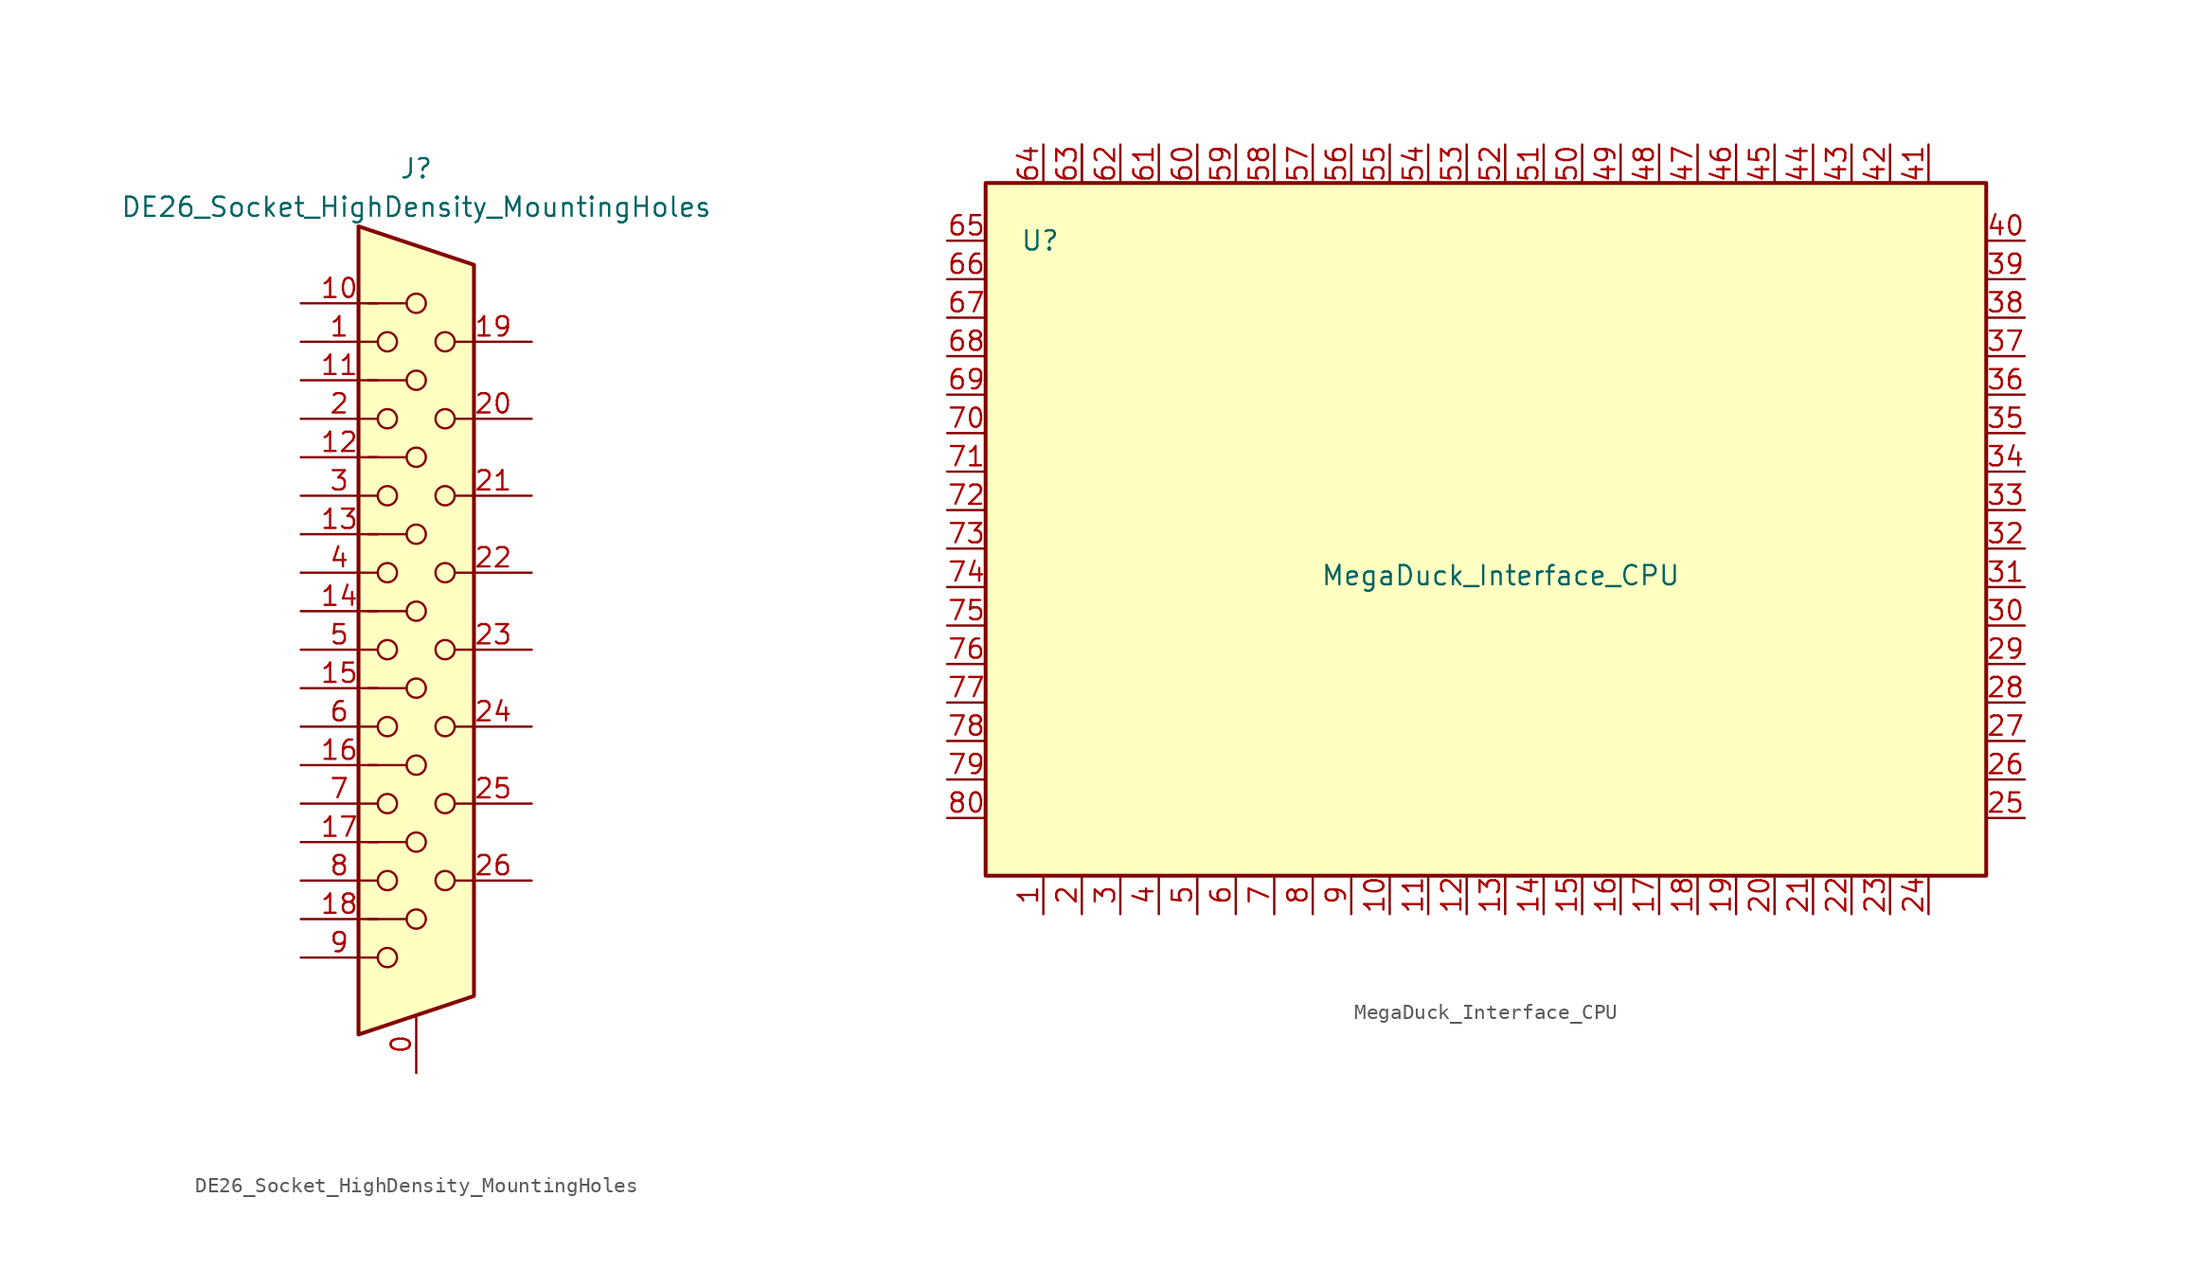
<source format=kicad_sym>
(kicad_symbol_lib
  (version 20241209)
  (generator "kicad_symbol_editor")
  (generator_version "9.0")
  (symbol "DE26_Socket_HighDensity_MountingHoles"
    (pin_names
      (offset 1.016)
      (hide yes))
    (property "Reference" "J"
      (at 0 29.21 0)
      (effects (font (size 1.27 1.27))))
    (property "Value" "DE26_Socket_HighDensity_MountingHoles"
      (at 0 26.67 0)
      (effects (font (size 1.27 1.27))))
    (symbol "DE26_Socket_HighDensity_MountingHoles_0_1"
      (polyline (pts (xy -3.81 25.4) (xy -3.81 -27.94) (xy 3.81 -25.4) (xy 3.81 22.86) (xy -3.81 25.4)) (stroke (width 0.254) (type default)) (fill (type background)))
      (polyline (pts (xy -3.175 15.24) (xy -0.635 15.24)) (stroke (width 0) (type default)) (fill (type none)))
      (polyline (pts (xy -3.175 -10.16) (xy -0.635 -10.16)) (stroke (width 0) (type default)) (fill (type none)))
      (circle (center -1.905 17.78) (radius 0.635) (stroke (width 0) (type default)) (fill (type none)))
      (circle (center -1.905 12.7) (radius 0.635) (stroke (width 0) (type default)) (fill (type none)))
      (circle (center -1.905 7.62) (radius 0.635) (stroke (width 0) (type default)) (fill (type none)))
      (circle (center -1.905 2.54) (radius 0.635) (stroke (width 0) (type default)) (fill (type none)))
      (circle (center -1.905 -2.54) (radius 0.635) (stroke (width 0) (type default)) (fill (type none)))
      (circle (center -1.905 -7.62) (radius 0.635) (stroke (width 0) (type default)) (fill (type none)))
      (circle (center -1.905 -12.7) (radius 0.635) (stroke (width 0) (type default)) (fill (type none)))
      (circle (center -1.905 -17.78) (radius 0.635) (stroke (width 0) (type default)) (fill (type none)))
      (circle (center -1.905 -22.86) (radius 0.635) (stroke (width 0) (type default)) (fill (type none)))
      (polyline (pts (xy -0.635 20.32) (xy -3.175 20.32)) (stroke (width 0) (type default)) (fill (type none)))
      (polyline (pts (xy -0.635 10.16) (xy -3.175 10.16)) (stroke (width 0) (type default)) (fill (type none)))
      (polyline (pts (xy -0.635 5.08) (xy -3.175 5.08)) (stroke (width 0) (type default)) (fill (type none)))
      (polyline (pts (xy -0.635 0) (xy -3.175 0)) (stroke (width 0) (type default)) (fill (type none)))
      (polyline (pts (xy -0.635 -5.08) (xy -3.175 -5.08)) (stroke (width 0) (type default)) (fill (type none)))
      (polyline (pts (xy -0.635 -15.24) (xy -3.175 -15.24)) (stroke (width 0) (type default)) (fill (type none)))
      (polyline (pts (xy -0.635 -20.32) (xy -3.175 -20.32)) (stroke (width 0) (type default)) (fill (type none)))
      (circle (center 0 20.32) (radius 0.635) (stroke (width 0) (type default)) (fill (type none)))
      (circle (center 0 15.24) (radius 0.635) (stroke (width 0) (type default)) (fill (type none)))
      (circle (center 0 10.16) (radius 0.635) (stroke (width 0) (type default)) (fill (type none)))
      (circle (center 0 5.08) (radius 0.635) (stroke (width 0) (type default)) (fill (type none)))
      (circle (center 0 0) (radius 0.635) (stroke (width 0) (type default)) (fill (type none)))
      (circle (center 0 -5.08) (radius 0.635) (stroke (width 0) (type default)) (fill (type none)))
      (circle (center 0 -10.16) (radius 0.635) (stroke (width 0) (type default)) (fill (type none)))
      (circle (center 0 -15.24) (radius 0.635) (stroke (width 0) (type default)) (fill (type none)))
      (circle (center 0 -20.32) (radius 0.635) (stroke (width 0) (type default)) (fill (type none)))
      (circle (center 1.905 17.78) (radius 0.635) (stroke (width 0) (type default)) (fill (type none)))
      (circle (center 1.905 12.7) (radius 0.635) (stroke (width 0) (type default)) (fill (type none)))
      (circle (center 1.905 7.62) (radius 0.635) (stroke (width 0) (type default)) (fill (type none)))
      (circle (center 1.905 2.54) (radius 0.635) (stroke (width 0) (type default)) (fill (type none)))
      (circle (center 1.905 -2.54) (radius 0.635) (stroke (width 0) (type default)) (fill (type none)))
      (circle (center 1.905 -7.62) (radius 0.635) (stroke (width 0) (type default)) (fill (type none)))
      (circle (center 1.905 -12.7) (radius 0.635) (stroke (width 0) (type default)) (fill (type none)))
      (circle (center 1.905 -17.78) (radius 0.635) (stroke (width 0) (type default)) (fill (type none))))
    (symbol "DE26_Socket_HighDensity_MountingHoles_1_1"
      (pin passive line (at -7.62 20.32 0) (length 5.08) (name "~" (effects (font (size 1.27 1.27)))) (number "10" (effects (font (size 1.27 1.27)))))
      (pin passive line (at -7.62 17.78 0) (length 5.08) (name "~" (effects (font (size 1.27 1.27)))) (number "1" (effects (font (size 1.27 1.27)))))
      (pin passive line (at -7.62 15.24 0) (length 5.08) (name "~" (effects (font (size 1.27 1.27)))) (number "11" (effects (font (size 1.27 1.27)))))
      (pin passive line (at -7.62 12.7 0) (length 5.08) (name "~" (effects (font (size 1.27 1.27)))) (number "2" (effects (font (size 1.27 1.27)))))
      (pin passive line (at -7.62 10.16 0) (length 5.08) (name "~" (effects (font (size 1.27 1.27)))) (number "12" (effects (font (size 1.27 1.27)))))
      (pin passive line (at -7.62 7.62 0) (length 5.08) (name "~" (effects (font (size 1.27 1.27)))) (number "3" (effects (font (size 1.27 1.27)))))
      (pin passive line (at -7.62 5.08 0) (length 5.08) (name "~" (effects (font (size 1.27 1.27)))) (number "13" (effects (font (size 1.27 1.27)))))
      (pin passive line (at -7.62 2.54 0) (length 5.08) (name "~" (effects (font (size 1.27 1.27)))) (number "4" (effects (font (size 1.27 1.27)))))
      (pin passive line (at -7.62 0 0) (length 5.08) (name "~" (effects (font (size 1.27 1.27)))) (number "14" (effects (font (size 1.27 1.27)))))
      (pin passive line (at -7.62 -2.54 0) (length 5.08) (name "~" (effects (font (size 1.27 1.27)))) (number "5" (effects (font (size 1.27 1.27)))))
      (pin passive line (at -7.62 -5.08 0) (length 5.08) (name "~" (effects (font (size 1.27 1.27)))) (number "15" (effects (font (size 1.27 1.27)))))
      (pin passive line (at -7.62 -7.62 0) (length 5.08) (name "~" (effects (font (size 1.27 1.27)))) (number "6" (effects (font (size 1.27 1.27)))))
      (pin passive line (at -7.62 -10.16 0) (length 5.08) (name "~" (effects (font (size 1.27 1.27)))) (number "16" (effects (font (size 1.27 1.27)))))
      (pin passive line (at -7.62 -12.7 0) (length 5.08) (name "~" (effects (font (size 1.27 1.27)))) (number "7" (effects (font (size 1.27 1.27)))))
      (pin passive line (at -7.62 -15.24 0) (length 5.08) (name "~" (effects (font (size 1.27 1.27)))) (number "17" (effects (font (size 1.27 1.27)))))
      (pin passive line (at -7.62 -17.78 0) (length 5.08) (name "~" (effects (font (size 1.27 1.27)))) (number "8" (effects (font (size 1.27 1.27)))))
      (pin passive line (at -7.62 -20.32 0) (length 5.08) (name "~" (effects (font (size 1.27 1.27)))) (number "18" (effects (font (size 1.27 1.27)))))
      (pin passive line (at -7.62 -22.86 0) (length 5.08) (name "~" (effects (font (size 1.27 1.27)))) (number "9" (effects (font (size 1.27 1.27)))))
      (pin passive line (at 0 -30.48 90) (length 3.81) (name "~" (effects (font (size 1.27 1.27)))) (number "0" (effects (font (size 1.27 1.27)))))
      (pin passive line (at 7.62 17.78 180) (length 5.08) (name "~" (effects (font (size 1.27 1.27)))) (number "19" (effects (font (size 1.27 1.27)))))
      (pin passive line (at 7.62 12.7 180) (length 5.08) (name "~" (effects (font (size 1.27 1.27)))) (number "20" (effects (font (size 1.27 1.27)))))
      (pin passive line (at 7.62 7.62 180) (length 5.08) (name "~" (effects (font (size 1.27 1.27)))) (number "21" (effects (font (size 1.27 1.27)))))
      (pin passive line (at 7.62 2.54 180) (length 5.08) (name "~" (effects (font (size 1.27 1.27)))) (number "22" (effects (font (size 1.27 1.27)))))
      (pin passive line (at 7.62 -2.54 180) (length 5.08) (name "~" (effects (font (size 1.27 1.27)))) (number "23" (effects (font (size 1.27 1.27)))))
      (pin passive line (at 7.62 -7.62 180) (length 5.08) (name "~" (effects (font (size 1.27 1.27)))) (number "24" (effects (font (size 1.27 1.27)))))
      (pin passive line (at 7.62 -12.7 180) (length 5.08) (name "~" (effects (font (size 1.27 1.27)))) (number "25" (effects (font (size 1.27 1.27)))))
      (pin passive line (at 7.62 -17.78 180) (length 5.08) (name "~" (effects (font (size 1.27 1.27)))) (number "26" (effects (font (size 1.27 1.27)))))))
  (symbol "MegaDuck_Interface_CPU"
    (property "Reference" "U"
      (at -29.464 20.32 0)
      (effects (font (size 1.27 1.27)) (justify left)))
    (property "Value" "MegaDuck_Interface_CPU"
      (at -9.652 -1.778 0)
      (effects (font (size 1.27 1.27)) (justify left)))
    (symbol "MegaDuck_Interface_CPU_0_1"
      (rectangle (start -31.75 24.13) (end 34.29 -21.59) (stroke (width 0.254) (type default)) (fill (type background))))
    (symbol "MegaDuck_Interface_CPU_1_0"
      (pin bidirectional line (at -25.4 26.67 270) (length 2.54) (name "" (effects (font (size 1.27 1.27)))) (number "" (effects (font (size 1.27 1.27))))))
    (symbol "MegaDuck_Interface_CPU_1_1"
      (pin bidirectional line (at -34.29 20.32 0) (length 2.54) (name "~" (effects (font (size 1.27 1.27)))) (number "65" (effects (font (size 1.27 1.27)))))
      (pin bidirectional line (at -34.29 17.78 0) (length 2.54) (name "~" (effects (font (size 1.27 1.27)))) (number "66" (effects (font (size 1.27 1.27)))))
      (pin bidirectional line (at -34.29 15.24 0) (length 2.54) (name "~" (effects (font (size 1.27 1.27)))) (number "67" (effects (font (size 1.27 1.27)))))
      (pin bidirectional line (at -34.29 12.7 0) (length 2.54) (name "~" (effects (font (size 1.27 1.27)))) (number "68" (effects (font (size 1.27 1.27)))))
      (pin bidirectional line (at -34.29 10.16 0) (length 2.54) (name "~" (effects (font (size 1.27 1.27)))) (number "69" (effects (font (size 1.27 1.27)))))
      (pin bidirectional line (at -34.29 7.62 0) (length 2.54) (name "~" (effects (font (size 1.27 1.27)))) (number "70" (effects (font (size 1.27 1.27)))))
      (pin bidirectional line (at -34.29 5.08 0) (length 2.54) (name "~" (effects (font (size 1.27 1.27)))) (number "71" (effects (font (size 1.27 1.27)))))
      (pin bidirectional line (at -34.29 2.54 0) (length 2.54) (name "~" (effects (font (size 1.27 1.27)))) (number "72" (effects (font (size 1.27 1.27)))))
      (pin bidirectional line (at -34.29 0 0) (length 2.54) (name "~" (effects (font (size 1.27 1.27)))) (number "73" (effects (font (size 1.27 1.27)))))
      (pin bidirectional line (at -34.29 -2.54 0) (length 2.54) (name "~" (effects (font (size 1.27 1.27)))) (number "74" (effects (font (size 1.27 1.27)))))
      (pin bidirectional line (at -34.29 -5.08 0) (length 2.54) (name "~" (effects (font (size 1.27 1.27)))) (number "75" (effects (font (size 1.27 1.27)))))
      (pin bidirectional line (at -34.29 -7.62 0) (length 2.54) (name "~" (effects (font (size 1.27 1.27)))) (number "76" (effects (font (size 1.27 1.27)))))
      (pin bidirectional line (at -34.29 -10.16 0) (length 2.54) (name "~" (effects (font (size 1.27 1.27)))) (number "77" (effects (font (size 1.27 1.27)))))
      (pin bidirectional line (at -34.29 -12.7 0) (length 2.54) (name "~" (effects (font (size 1.27 1.27)))) (number "78" (effects (font (size 1.27 1.27)))))
      (pin bidirectional line (at -34.29 -15.24 0) (length 2.54) (name "~" (effects (font (size 1.27 1.27)))) (number "79" (effects (font (size 1.27 1.27)))))
      (pin bidirectional line (at -34.29 -17.78 0) (length 2.54) (name "~" (effects (font (size 1.27 1.27)))) (number "80" (effects (font (size 1.27 1.27)))))
      (pin bidirectional line (at -27.94 26.67 270) (length 2.54) (name "~" (effects (font (size 1.27 1.27)))) (number "64" (effects (font (size 1.27 1.27)))))
      (pin bidirectional line (at -27.94 -24.13 90) (length 2.54) (name "~" (effects (font (size 1.27 1.27)))) (number "1" (effects (font (size 1.27 1.27)))))
      (pin bidirectional line (at -25.4 26.67 270) (length 2.54) (name "~" (effects (font (size 1.27 1.27)))) (number "63" (effects (font (size 1.27 1.27)))))
      (pin bidirectional line (at -25.4 -24.13 90) (length 2.54) (name "~" (effects (font (size 1.27 1.27)))) (number "2" (effects (font (size 1.27 1.27)))))
      (pin bidirectional line (at -22.86 26.67 270) (length 2.54) (name "~" (effects (font (size 1.27 1.27)))) (number "62" (effects (font (size 1.27 1.27)))))
      (pin bidirectional line (at -22.86 -24.13 90) (length 2.54) (name "~" (effects (font (size 1.27 1.27)))) (number "3" (effects (font (size 1.27 1.27)))))
      (pin bidirectional line (at -20.32 26.67 270) (length 2.54) (name "~" (effects (font (size 1.27 1.27)))) (number "61" (effects (font (size 1.27 1.27)))))
      (pin bidirectional line (at -20.32 -24.13 90) (length 2.54) (name "~" (effects (font (size 1.27 1.27)))) (number "4" (effects (font (size 1.27 1.27)))))
      (pin bidirectional line (at -17.78 26.67 270) (length 2.54) (name "~" (effects (font (size 1.27 1.27)))) (number "60" (effects (font (size 1.27 1.27)))))
      (pin bidirectional line (at -17.78 -24.13 90) (length 2.54) (name "~" (effects (font (size 1.27 1.27)))) (number "5" (effects (font (size 1.27 1.27)))))
      (pin bidirectional line (at -15.24 26.67 270) (length 2.54) (name "~" (effects (font (size 1.27 1.27)))) (number "59" (effects (font (size 1.27 1.27)))))
      (pin bidirectional line (at -15.24 -24.13 90) (length 2.54) (name "~" (effects (font (size 1.27 1.27)))) (number "6" (effects (font (size 1.27 1.27)))))
      (pin bidirectional line (at -12.7 26.67 270) (length 2.54) (name "~" (effects (font (size 1.27 1.27)))) (number "58" (effects (font (size 1.27 1.27)))))
      (pin bidirectional line (at -12.7 -24.13 90) (length 2.54) (name "~" (effects (font (size 1.27 1.27)))) (number "7" (effects (font (size 1.27 1.27)))))
      (pin bidirectional line (at -10.16 26.67 270) (length 2.54) (name "~" (effects (font (size 1.27 1.27)))) (number "57" (effects (font (size 1.27 1.27)))))
      (pin bidirectional line (at -10.16 -24.13 90) (length 2.54) (name "~" (effects (font (size 1.27 1.27)))) (number "8" (effects (font (size 1.27 1.27)))))
      (pin bidirectional line (at -7.62 26.67 270) (length 2.54) (name "~" (effects (font (size 1.27 1.27)))) (number "56" (effects (font (size 1.27 1.27)))))
      (pin bidirectional line (at -7.62 -24.13 90) (length 2.54) (name "~" (effects (font (size 1.27 1.27)))) (number "9" (effects (font (size 1.27 1.27)))))
      (pin bidirectional line (at -5.08 26.67 270) (length 2.54) (name "~" (effects (font (size 1.27 1.27)))) (number "55" (effects (font (size 1.27 1.27)))))
      (pin bidirectional line (at -5.08 -24.13 90) (length 2.54) (name "~" (effects (font (size 1.27 1.27)))) (number "10" (effects (font (size 1.27 1.27)))))
      (pin bidirectional line (at -2.54 26.67 270) (length 2.54) (name "~" (effects (font (size 1.27 1.27)))) (number "54" (effects (font (size 1.27 1.27)))))
      (pin bidirectional line (at -2.54 -24.13 90) (length 2.54) (name "~" (effects (font (size 1.27 1.27)))) (number "11" (effects (font (size 1.27 1.27)))))
      (pin bidirectional line (at 0 26.67 270) (length 2.54) (name "~" (effects (font (size 1.27 1.27)))) (number "53" (effects (font (size 1.27 1.27)))))
      (pin bidirectional line (at 0 -24.13 90) (length 2.54) (name "~" (effects (font (size 1.27 1.27)))) (number "12" (effects (font (size 1.27 1.27)))))
      (pin bidirectional line (at 2.54 26.67 270) (length 2.54) (name "~" (effects (font (size 1.27 1.27)))) (number "52" (effects (font (size 1.27 1.27)))))
      (pin bidirectional line (at 2.54 -24.13 90) (length 2.54) (name "~" (effects (font (size 1.27 1.27)))) (number "13" (effects (font (size 1.27 1.27)))))
      (pin bidirectional line (at 5.08 26.67 270) (length 2.54) (name "~" (effects (font (size 1.27 1.27)))) (number "51" (effects (font (size 1.27 1.27)))))
      (pin bidirectional line (at 5.08 -24.13 90) (length 2.54) (name "~" (effects (font (size 1.27 1.27)))) (number "14" (effects (font (size 1.27 1.27)))))
      (pin bidirectional line (at 7.62 26.67 270) (length 2.54) (name "~" (effects (font (size 1.27 1.27)))) (number "50" (effects (font (size 1.27 1.27)))))
      (pin bidirectional line (at 7.62 -24.13 90) (length 2.54) (name "~" (effects (font (size 1.27 1.27)))) (number "15" (effects (font (size 1.27 1.27)))))
      (pin bidirectional line (at 10.16 26.67 270) (length 2.54) (name "~" (effects (font (size 1.27 1.27)))) (number "49" (effects (font (size 1.27 1.27)))))
      (pin bidirectional line (at 10.16 -24.13 90) (length 2.54) (name "~" (effects (font (size 1.27 1.27)))) (number "16" (effects (font (size 1.27 1.27)))))
      (pin bidirectional line (at 12.7 26.67 270) (length 2.54) (name "~" (effects (font (size 1.27 1.27)))) (number "48" (effects (font (size 1.27 1.27)))))
      (pin bidirectional line (at 12.7 -24.13 90) (length 2.54) (name "~" (effects (font (size 1.27 1.27)))) (number "17" (effects (font (size 1.27 1.27)))))
      (pin bidirectional line (at 15.24 26.67 270) (length 2.54) (name "~" (effects (font (size 1.27 1.27)))) (number "47" (effects (font (size 1.27 1.27)))))
      (pin bidirectional line (at 15.24 -24.13 90) (length 2.54) (name "~" (effects (font (size 1.27 1.27)))) (number "18" (effects (font (size 1.27 1.27)))))
      (pin bidirectional line (at 17.78 26.67 270) (length 2.54) (name "~" (effects (font (size 1.27 1.27)))) (number "46" (effects (font (size 1.27 1.27)))))
      (pin bidirectional line (at 17.78 -24.13 90) (length 2.54) (name "~" (effects (font (size 1.27 1.27)))) (number "19" (effects (font (size 1.27 1.27)))))
      (pin bidirectional line (at 20.32 26.67 270) (length 2.54) (name "~" (effects (font (size 1.27 1.27)))) (number "45" (effects (font (size 1.27 1.27)))))
      (pin bidirectional line (at 20.32 -24.13 90) (length 2.54) (name "~" (effects (font (size 1.27 1.27)))) (number "20" (effects (font (size 1.27 1.27)))))
      (pin bidirectional line (at 22.86 26.67 270) (length 2.54) (name "~" (effects (font (size 1.27 1.27)))) (number "44" (effects (font (size 1.27 1.27)))))
      (pin bidirectional line (at 22.86 -24.13 90) (length 2.54) (name "~" (effects (font (size 1.27 1.27)))) (number "21" (effects (font (size 1.27 1.27)))))
      (pin bidirectional line (at 25.4 26.67 270) (length 2.54) (name "~" (effects (font (size 1.27 1.27)))) (number "43" (effects (font (size 1.27 1.27)))))
      (pin bidirectional line (at 25.4 -24.13 90) (length 2.54) (name "~" (effects (font (size 1.27 1.27)))) (number "22" (effects (font (size 1.27 1.27)))))
      (pin bidirectional line (at 27.94 26.67 270) (length 2.54) (name "~" (effects (font (size 1.27 1.27)))) (number "42" (effects (font (size 1.27 1.27)))))
      (pin bidirectional line (at 27.94 -24.13 90) (length 2.54) (name "~" (effects (font (size 1.27 1.27)))) (number "23" (effects (font (size 1.27 1.27)))))
      (pin bidirectional line (at 30.48 26.67 270) (length 2.54) (name "~" (effects (font (size 1.27 1.27)))) (number "41" (effects (font (size 1.27 1.27)))))
      (pin bidirectional line (at 30.48 -24.13 90) (length 2.54) (name "~" (effects (font (size 1.27 1.27)))) (number "24" (effects (font (size 1.27 1.27)))))
      (pin bidirectional line (at 36.83 20.32 180) (length 2.54) (name "~" (effects (font (size 1.27 1.27)))) (number "40" (effects (font (size 1.27 1.27)))))
      (pin bidirectional line (at 36.83 17.78 180) (length 2.54) (name "~" (effects (font (size 1.27 1.27)))) (number "39" (effects (font (size 1.27 1.27)))))
      (pin bidirectional line (at 36.83 15.24 180) (length 2.54) (name "~" (effects (font (size 1.27 1.27)))) (number "38" (effects (font (size 1.27 1.27)))))
      (pin bidirectional line (at 36.83 12.7 180) (length 2.54) (name "~" (effects (font (size 1.27 1.27)))) (number "37" (effects (font (size 1.27 1.27)))))
      (pin bidirectional line (at 36.83 10.16 180) (length 2.54) (name "~" (effects (font (size 1.27 1.27)))) (number "36" (effects (font (size 1.27 1.27)))))
      (pin bidirectional line (at 36.83 7.62 180) (length 2.54) (name "~" (effects (font (size 1.27 1.27)))) (number "35" (effects (font (size 1.27 1.27)))))
      (pin bidirectional line (at 36.83 5.08 180) (length 2.54) (name "~" (effects (font (size 1.27 1.27)))) (number "34" (effects (font (size 1.27 1.27)))))
      (pin bidirectional line (at 36.83 2.54 180) (length 2.54) (name "~" (effects (font (size 1.27 1.27)))) (number "33" (effects (font (size 1.27 1.27)))))
      (pin bidirectional line (at 36.83 0 180) (length 2.54) (name "~" (effects (font (size 1.27 1.27)))) (number "32" (effects (font (size 1.27 1.27)))))
      (pin bidirectional line (at 36.83 -2.54 180) (length 2.54) (name "~" (effects (font (size 1.27 1.27)))) (number "31" (effects (font (size 1.27 1.27)))))
      (pin bidirectional line (at 36.83 -5.08 180) (length 2.54) (name "~" (effects (font (size 1.27 1.27)))) (number "30" (effects (font (size 1.27 1.27)))))
      (pin bidirectional line (at 36.83 -7.62 180) (length 2.54) (name "~" (effects (font (size 1.27 1.27)))) (number "29" (effects (font (size 1.27 1.27)))))
      (pin bidirectional line (at 36.83 -10.16 180) (length 2.54) (name "~" (effects (font (size 1.27 1.27)))) (number "28" (effects (font (size 1.27 1.27)))))
      (pin bidirectional line (at 36.83 -12.7 180) (length 2.54) (name "~" (effects (font (size 1.27 1.27)))) (number "27" (effects (font (size 1.27 1.27)))))
      (pin bidirectional line (at 36.83 -15.24 180) (length 2.54) (name "~" (effects (font (size 1.27 1.27)))) (number "26" (effects (font (size 1.27 1.27)))))
      (pin bidirectional line (at 36.83 -17.78 180) (length 2.54) (name "~" (effects (font (size 1.27 1.27)))) (number "25" (effects (font (size 1.27 1.27))))))))
</source>
